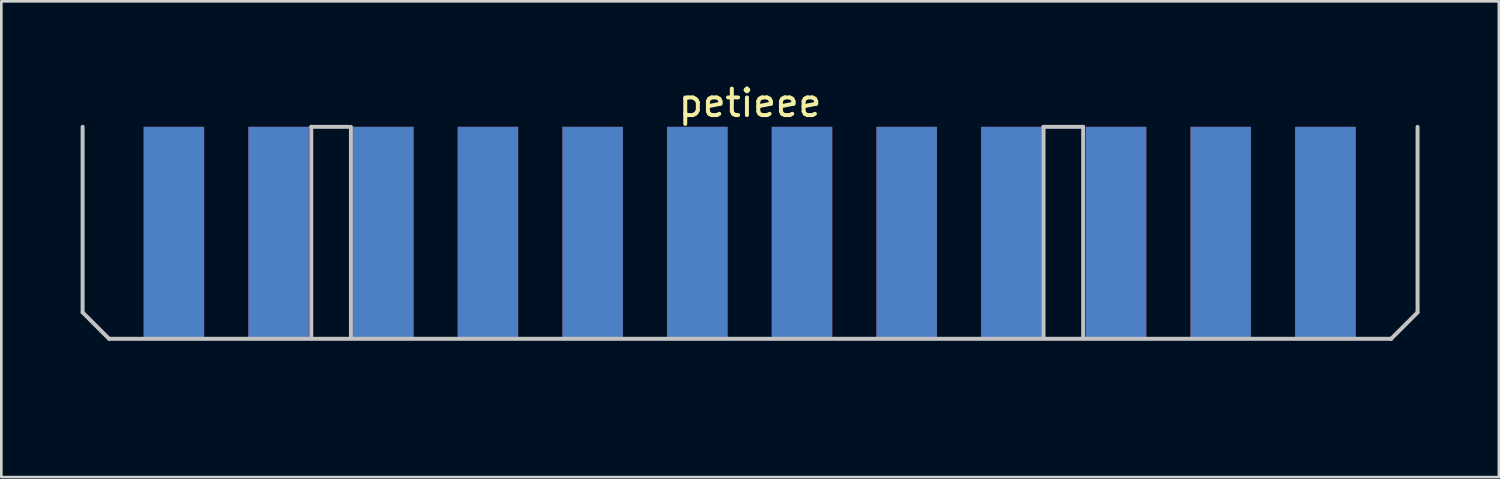
<source format=kicad_pcb>
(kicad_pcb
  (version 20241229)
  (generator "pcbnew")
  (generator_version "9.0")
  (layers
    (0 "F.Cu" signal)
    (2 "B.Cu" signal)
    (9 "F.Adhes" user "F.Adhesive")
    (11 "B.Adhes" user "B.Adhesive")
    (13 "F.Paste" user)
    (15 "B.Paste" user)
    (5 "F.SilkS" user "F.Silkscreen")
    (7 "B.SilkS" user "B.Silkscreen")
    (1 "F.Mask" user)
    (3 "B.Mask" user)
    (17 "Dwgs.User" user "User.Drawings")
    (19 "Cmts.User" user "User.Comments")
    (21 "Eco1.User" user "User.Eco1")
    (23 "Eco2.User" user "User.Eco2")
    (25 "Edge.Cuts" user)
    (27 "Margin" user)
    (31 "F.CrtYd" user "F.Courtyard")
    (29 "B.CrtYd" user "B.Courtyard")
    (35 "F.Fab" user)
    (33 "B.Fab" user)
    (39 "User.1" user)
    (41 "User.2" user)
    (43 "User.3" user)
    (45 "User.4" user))
  (footprint "petieee"
    (layer "F.Cu")
    (at 25.325 11.748)
    (property "Reference" "petieee" (at 0 -10.9 0) (layer "F.SilkS") (effects (font (size 1 1) (thickness 0.15))))
    (attr through_hole)
    (fp_line (start -25.25 -10) (end -25.25 -2.981) (stroke (width 0.15) (type solid)) (layer "Dwgs.User"))
    (fp_line (start -25.25 -2.981) (end -24.25 -1.981) (stroke (width 0.15) (type solid)) (layer "Dwgs.User"))
    (fp_line (start -24.25 -1.981) (end 24.25 -1.981) (stroke (width 0.15) (type solid)) (layer "Dwgs.User"))
    (fp_line (start -16.6 -2) (end -16.6 -10) (stroke (width 0.15) (type solid)) (layer "Dwgs.User"))
    (fp_line (start -15.2 -10) (end -16.6 -10) (stroke (width 0.15) (type solid)) (layer "Dwgs.User"))
    (fp_line (start -15.1 -2) (end -15.1 -10) (stroke (width 0.15) (type solid)) (layer "Dwgs.User"))
    (fp_line (start 11.1 -2) (end 11.1 -10) (stroke (width 0.15) (type solid)) (layer "Dwgs.User"))
    (fp_line (start 12.6 -10) (end 11.1 -10) (stroke (width 0.15) (type solid)) (layer "Dwgs.User"))
    (fp_line (start 12.6 -2) (end 12.6 -10) (stroke (width 0.15) (type solid)) (layer "Dwgs.User"))
    (fp_line (start 25.25 -10) (end 25.25 -2.981) (stroke (width 0.15) (type solid)) (layer "Dwgs.User"))
    (fp_line (start 25.25 -2.981) (end 24.25 -1.981) (stroke (width 0.15) (type solid)) (layer "Dwgs.User"))
    (pad "1" connect rect (at -21.796 -6 180) (size 2.286 8) (layers "F.Cu" "F.Mask"))
    (pad "2" connect rect (at -17.836 -6 180) (size 2.286 8) (layers "F.Cu" "F.Mask"))
    (pad "3" connect rect (at -13.876 -6 180) (size 2.286 8) (layers "F.Cu" "F.Mask"))
    (pad "4" connect rect (at -9.916 -6 180) (size 2.286 8) (layers "F.Cu" "F.Mask"))
    (pad "5" connect rect (at -5.956 -6 180) (size 2.286 8) (layers "F.Cu" "F.Mask"))
    (pad "6" connect rect (at -1.996 -6 180) (size 2.286 8) (layers "F.Cu" "F.Mask"))
    (pad "7" connect rect (at 1.964 -6 180) (size 2.286 8) (layers "F.Cu" "F.Mask"))
    (pad "8" connect rect (at 5.924 -6 180) (size 2.286 8) (layers "F.Cu" "F.Mask"))
    (pad "9" connect rect (at 9.884 -6 180) (size 2.286 8) (layers "F.Cu" "F.Mask"))
    (pad "10" connect rect (at 13.844 -6 180) (size 2.286 8) (layers "F.Cu" "F.Mask"))
    (pad "11" connect rect (at 17.804 -6 180) (size 2.286 8) (layers "F.Cu" "F.Mask"))
    (pad "12" connect rect (at 21.764 -6 180) (size 2.286 8) (layers "F.Cu" "F.Mask"))
    (pad "A" connect rect (at -21.796 -6 180) (size 2.286 8) (layers "B.Cu" "B.Mask"))
    (pad "B" connect rect (at -17.836 -6 180) (size 2.286 8) (layers "B.Cu" "B.Mask"))
    (pad "C" connect rect (at -13.876 -6 180) (size 2.286 8) (layers "B.Cu" "B.Mask"))
    (pad "D" connect rect (at -9.916 -6 180) (size 2.286 8) (layers "B.Cu" "B.Mask"))
    (pad "E" connect rect (at -5.956 -6 180) (size 2.286 8) (layers "B.Cu" "B.Mask"))
    (pad "F" connect rect (at -1.996 -6 180) (size 2.286 8) (layers "B.Cu" "B.Mask"))
    (pad "H" connect rect (at 1.964 -6 180) (size 2.286 8) (layers "B.Cu" "B.Mask"))
    (pad "J" connect rect (at 5.924 -6 180) (size 2.286 8) (layers "B.Cu" "B.Mask"))
    (pad "K" connect rect (at 9.884 -6 180) (size 2.286 8) (layers "B.Cu" "B.Mask"))
    (pad "L" connect rect (at 13.844 -6 180) (size 2.286 8) (layers "B.Cu" "B.Mask"))
    (pad "M" connect rect (at 17.804 -6 180) (size 2.286 8) (layers "B.Cu" "B.Mask"))
    (pad "N" connect rect (at 21.764 -6 180) (size 2.286 8) (layers "B.Cu" "B.Mask")))
  (gr_rect
    (start -3 -3)
    (end 53.65 14.998)
    (stroke (width 0.1) (type default))
    (fill no)
    (layer "Edge.Cuts")))
</source>
